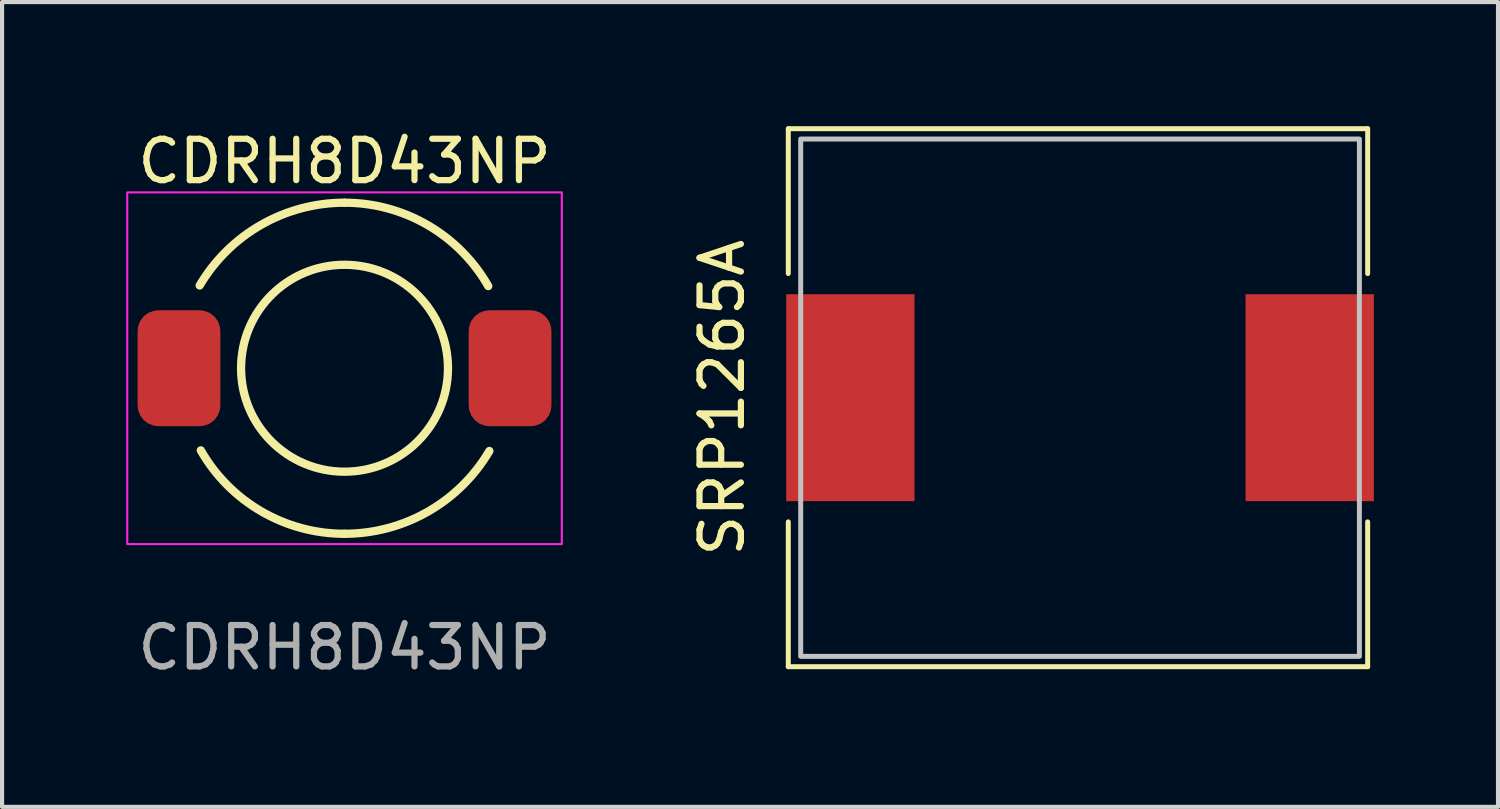
<source format=kicad_pcb>
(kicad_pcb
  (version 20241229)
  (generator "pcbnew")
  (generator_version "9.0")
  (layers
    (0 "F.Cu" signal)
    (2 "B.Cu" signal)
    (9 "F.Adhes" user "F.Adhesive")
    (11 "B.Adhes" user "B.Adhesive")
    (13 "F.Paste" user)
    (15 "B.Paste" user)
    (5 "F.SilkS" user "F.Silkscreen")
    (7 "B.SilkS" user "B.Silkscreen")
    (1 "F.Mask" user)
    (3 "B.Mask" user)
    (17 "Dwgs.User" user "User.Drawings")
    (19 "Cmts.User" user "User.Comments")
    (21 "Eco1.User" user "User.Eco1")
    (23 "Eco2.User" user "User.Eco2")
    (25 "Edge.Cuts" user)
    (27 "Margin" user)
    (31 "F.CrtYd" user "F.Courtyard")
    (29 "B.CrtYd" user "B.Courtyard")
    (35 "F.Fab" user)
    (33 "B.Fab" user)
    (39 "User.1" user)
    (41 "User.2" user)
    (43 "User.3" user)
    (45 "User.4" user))
  (footprint "CDRH8D43NP"
    (layer "F.Cu")
    (at 5.275 5.848)
    (property "Reference" "CDRH8D43NP" (at 0 -5 0) (unlocked yes) (layer "F.SilkS") (effects (font (size 1 1) (thickness 0.15))))
    (attr smd)
    (fp_arc (start -3.5 -2) (mid -2.015612 -3.464821) (end 0 -4) (stroke (width 0.2) (type solid)) (layer "F.SilkS"))
    (fp_arc (start 0 -4) (mid 2.007919 -3.460005) (end 3.472973 -1.984556) (stroke (width 0.2) (type solid)) (layer "F.SilkS"))
    (fp_arc (start 0 4) (mid -2.007919 3.460005) (end -3.472973 1.984556) (stroke (width 0.2) (type solid)) (layer "F.SilkS"))
    (fp_arc (start 3.5 2) (mid 2.015612 3.464821) (end 0 4) (stroke (width 0.2) (type solid)) (layer "F.SilkS"))
    (fp_circle (center 0 0) (end 2.5 0) (stroke (width 0.2) (type solid)) (fill no) (layer "F.SilkS"))
    (fp_rect (start -5.25 -4.25) (end 5.25 4.25) (stroke (width 0.05) (type solid)) (fill no) (layer "F.CrtYd"))
    (fp_text user "${REFERENCE}" (at 0 6.75 0) (unlocked yes) (layer "F.Fab") (effects (font (size 1 1) (thickness 0.15))))
    (pad "1" smd roundrect (at -4 0) (size 2 2.8) (layers "F.Cu" "F.Mask" "F.Paste") (roundrect_rratio 0.25))
    (pad "2" smd roundrect (at 4 0) (size 2 2.8) (layers "F.Cu" "F.Mask" "F.Paste") (roundrect_rratio 0.25)))
  (footprint "SRP1265A"
    (layer "F.Cu")
    (at 22.998 6.56)
    (property "Reference" "SRP1265A" (at -8.6 0 90) (unlocked yes) (layer "F.SilkS") (effects (font (size 1 1) (thickness 0.15))))
    (fp_line (start -7 -6.5) (end 7 -6.5) (stroke (width 0.12) (type solid)) (layer "F.SilkS"))
    (fp_line (start -7 -3) (end -7 -6.5) (stroke (width 0.12) (type solid)) (layer "F.SilkS"))
    (fp_line (start -7 6.5) (end -7 3) (stroke (width 0.12) (type solid)) (layer "F.SilkS"))
    (fp_line (start 7 -6.5) (end 7 -3) (stroke (width 0.12) (type solid)) (layer "F.SilkS"))
    (fp_line (start 7 3) (end 7 6.5) (stroke (width 0.12) (type solid)) (layer "F.SilkS"))
    (fp_line (start 7 6.5) (end -7 6.5) (stroke (width 0.12) (type solid)) (layer "F.SilkS"))
    (fp_rect (start -6.7 -6.25) (end 6.8 6.25) (stroke (width 0.12) (type solid)) (fill no) (layer "Dwgs.User"))
    (pad "1" smd rect (at -5.5 0) (size 3.1 5) (layers "F.Cu" "F.Mask" "F.Paste"))
    (pad "2" smd rect (at 5.6 0) (size 3.1 5) (layers "F.Cu" "F.Mask" "F.Paste")))
  (gr_rect
    (start -3 -3)
    (end 33.148 16.447)
    (stroke (width 0.1) (type default))
    (fill no)
    (layer "Edge.Cuts")))
</source>
